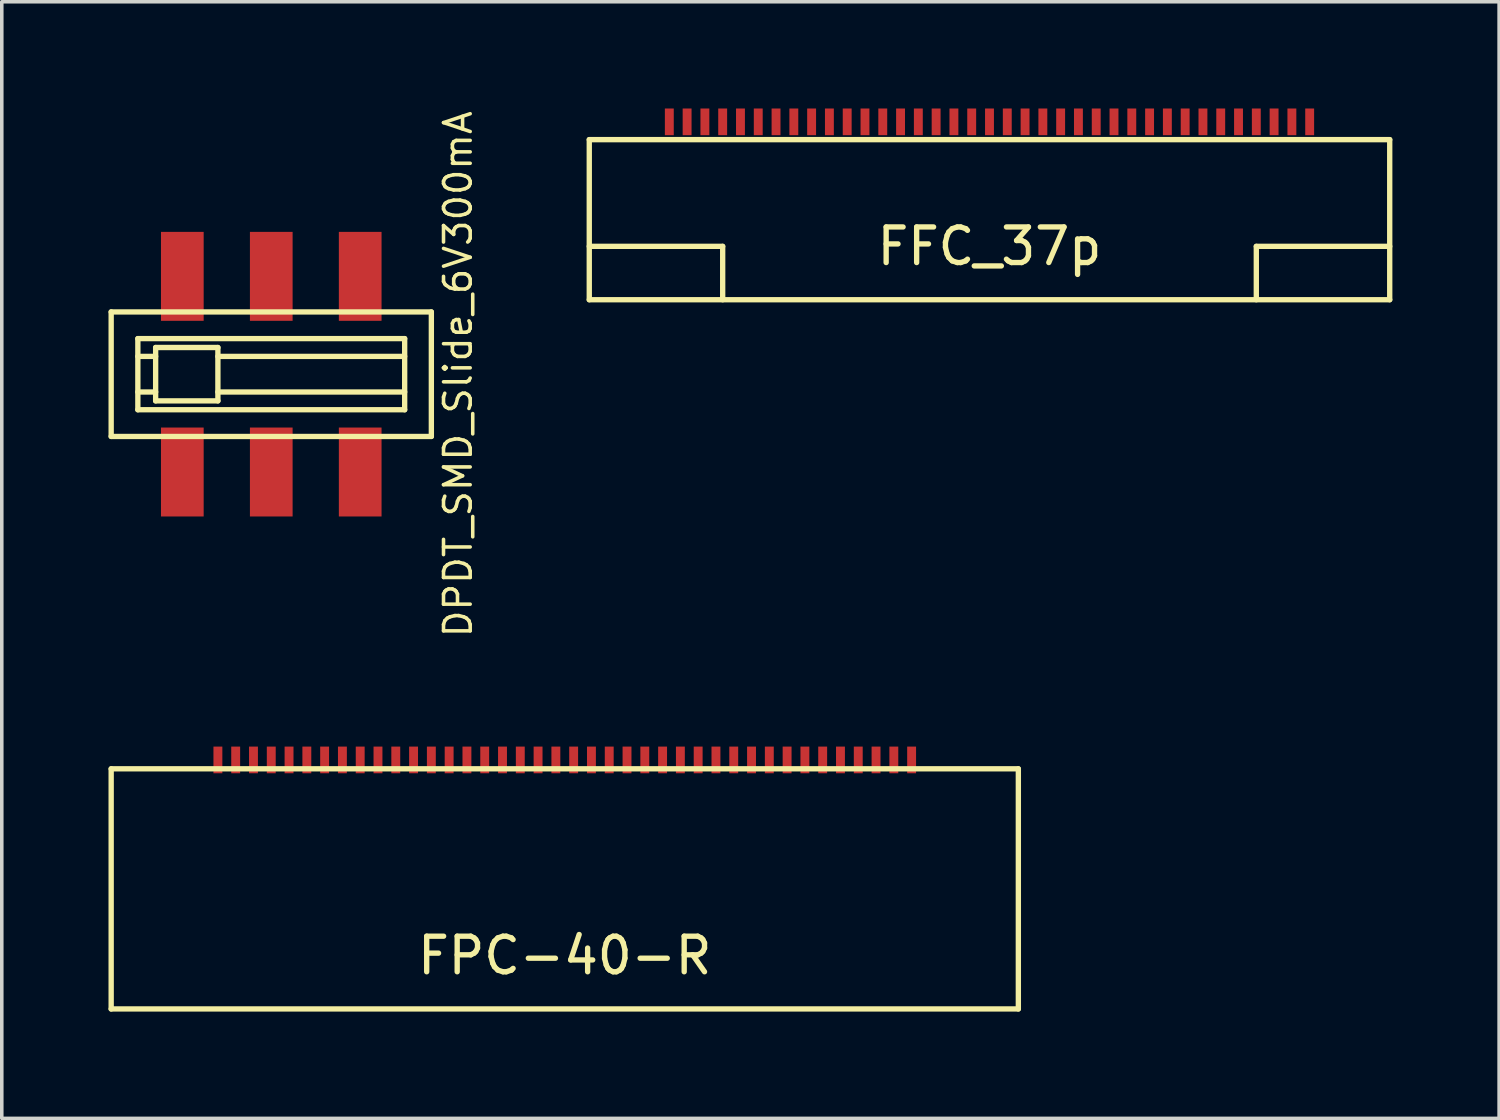
<source format=kicad_pcb>
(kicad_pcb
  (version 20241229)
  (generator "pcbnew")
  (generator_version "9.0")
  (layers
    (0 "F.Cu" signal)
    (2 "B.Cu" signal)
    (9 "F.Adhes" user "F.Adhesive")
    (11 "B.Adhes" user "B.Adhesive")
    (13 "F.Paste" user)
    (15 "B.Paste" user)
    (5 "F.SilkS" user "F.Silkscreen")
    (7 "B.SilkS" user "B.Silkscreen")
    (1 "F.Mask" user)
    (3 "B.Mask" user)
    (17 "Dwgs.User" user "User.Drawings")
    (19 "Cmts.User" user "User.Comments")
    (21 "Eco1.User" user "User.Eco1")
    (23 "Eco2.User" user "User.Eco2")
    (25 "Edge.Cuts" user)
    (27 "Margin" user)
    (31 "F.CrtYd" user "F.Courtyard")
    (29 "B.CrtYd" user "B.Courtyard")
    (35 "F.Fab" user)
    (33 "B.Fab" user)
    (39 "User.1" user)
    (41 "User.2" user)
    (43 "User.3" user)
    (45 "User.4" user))
  (footprint "DPDT_SMD_Slide_6V300mA"
    (layer "F.Cu")
    (at 4.575 7.468)
    (property "Reference" "DPDT_SMD_Slide_6V300mA" (at 5.25 0 90) (layer "F.SilkS") (effects (font (size 0.75 0.75) (thickness 0.1))))
    (attr through_hole)
    (fp_line (start -4.5 -1.75) (end 4.5 -1.75) (stroke (width 0.15) (type solid)) (layer "F.SilkS"))
    (fp_line (start -4.5 1.75) (end -4.5 -1.75) (stroke (width 0.15) (type solid)) (layer "F.SilkS"))
    (fp_line (start -3.75 -1) (end -3.75 1) (stroke (width 0.15) (type solid)) (layer "F.SilkS"))
    (fp_line (start -3.75 1) (end 3.75 1) (stroke (width 0.15) (type solid)) (layer "F.SilkS"))
    (fp_line (start -3.25 -0.75) (end -3.25 0.75) (stroke (width 0.15) (type solid)) (layer "F.SilkS"))
    (fp_line (start -3.25 -0.5) (end -3.75 -0.5) (stroke (width 0.15) (type solid)) (layer "F.SilkS"))
    (fp_line (start -3.25 0.5) (end -3.75 0.5) (stroke (width 0.15) (type solid)) (layer "F.SilkS"))
    (fp_line (start -3.25 0.75) (end -1.5 0.75) (stroke (width 0.15) (type solid)) (layer "F.SilkS"))
    (fp_line (start -1.5 -0.75) (end -3.25 -0.75) (stroke (width 0.15) (type solid)) (layer "F.SilkS"))
    (fp_line (start -1.5 -0.5) (end 3.75 -0.5) (stroke (width 0.15) (type solid)) (layer "F.SilkS"))
    (fp_line (start -1.5 0.5) (end 3.75 0.5) (stroke (width 0.15) (type solid)) (layer "F.SilkS"))
    (fp_line (start -1.5 0.75) (end -1.5 -0.75) (stroke (width 0.15) (type solid)) (layer "F.SilkS"))
    (fp_line (start 3.75 -1) (end -3.75 -1) (stroke (width 0.15) (type solid)) (layer "F.SilkS"))
    (fp_line (start 3.75 1) (end 3.75 -1) (stroke (width 0.15) (type solid)) (layer "F.SilkS"))
    (fp_line (start 4.5 -1.75) (end 4.5 1.75) (stroke (width 0.15) (type solid)) (layer "F.SilkS"))
    (fp_line (start 4.5 1.75) (end -4.5 1.75) (stroke (width 0.15) (type solid)) (layer "F.SilkS"))
    (pad "1" smd rect (at -2.5 -2.75) (size 1.2 2.5) (layers "F.Cu" "F.Mask" "F.Paste"))
    (pad "2" smd rect (at 0 -2.75) (size 1.2 2.5) (layers "F.Cu" "F.Mask" "F.Paste"))
    (pad "3" smd rect (at 2.5 -2.75) (size 1.2 2.5) (layers "F.Cu" "F.Mask" "F.Paste"))
    (pad "4" smd rect (at 2.5 2.75) (size 1.2 2.5) (layers "F.Cu" "F.Mask" "F.Paste"))
    (pad "5" smd rect (at 0 2.75) (size 1.2 2.5) (layers "F.Cu" "F.Mask" "F.Paste"))
    (pad "6" smd rect (at -2.5 2.75) (size 1.2 2.5) (layers "F.Cu" "F.Mask" "F.Paste")))
  (footprint "FFC_37p"
    (layer "F.Cu")
    (at 24.764 0.875)
    (property "Reference" "FFC_37p" (at 0 3 0) (layer "F.SilkS") (effects (font (size 1 1) (thickness 0.15))))
    (attr through_hole)
    (fp_line (start -11.25 0) (end 11.25 0) (stroke (width 0.15) (type solid)) (layer "F.SilkS"))
    (fp_line (start -11.25 4.5) (end -11.25 0) (stroke (width 0.15) (type solid)) (layer "F.SilkS"))
    (fp_line (start -7.5 3) (end -11.25 3) (stroke (width 0.15) (type solid)) (layer "F.SilkS"))
    (fp_line (start -7.5 3) (end -7.5 4.5) (stroke (width 0.15) (type solid)) (layer "F.SilkS"))
    (fp_line (start 7.5 3) (end 7.5 4.5) (stroke (width 0.15) (type solid)) (layer "F.SilkS"))
    (fp_line (start 11.25 0) (end 11.25 4.5) (stroke (width 0.15) (type solid)) (layer "F.SilkS"))
    (fp_line (start 11.25 3) (end 7.5 3) (stroke (width 0.15) (type solid)) (layer "F.SilkS"))
    (fp_line (start 11.25 4.5) (end -11.25 4.5) (stroke (width 0.15) (type solid)) (layer "F.SilkS"))
    (pad "1" smd rect (at 9 -0.5) (size 0.25 0.75) (layers "F.Cu" "F.Mask" "F.Paste"))
    (pad "2" smd rect (at 8.5 -0.5) (size 0.25 0.75) (layers "F.Cu" "F.Mask" "F.Paste"))
    (pad "3" smd rect (at 8 -0.5) (size 0.25 0.75) (layers "F.Cu" "F.Mask" "F.Paste"))
    (pad "4" smd rect (at 7.5 -0.5) (size 0.25 0.75) (layers "F.Cu" "F.Mask" "F.Paste"))
    (pad "5" smd rect (at 7 -0.5) (size 0.25 0.75) (layers "F.Cu" "F.Mask" "F.Paste"))
    (pad "6" smd rect (at 6.5 -0.5) (size 0.25 0.75) (layers "F.Cu" "F.Mask" "F.Paste"))
    (pad "7" smd rect (at 6 -0.5) (size 0.25 0.75) (layers "F.Cu" "F.Mask" "F.Paste"))
    (pad "8" smd rect (at 5.5 -0.5) (size 0.25 0.75) (layers "F.Cu" "F.Mask" "F.Paste"))
    (pad "9" smd rect (at 5 -0.5) (size 0.25 0.75) (layers "F.Cu" "F.Mask" "F.Paste"))
    (pad "10" smd rect (at 4.5 -0.5) (size 0.25 0.75) (layers "F.Cu" "F.Mask" "F.Paste"))
    (pad "11" smd rect (at 4 -0.5) (size 0.25 0.75) (layers "F.Cu" "F.Mask" "F.Paste"))
    (pad "12" smd rect (at 3.5 -0.5) (size 0.25 0.75) (layers "F.Cu" "F.Mask" "F.Paste"))
    (pad "13" smd rect (at 3 -0.5) (size 0.25 0.75) (layers "F.Cu" "F.Mask" "F.Paste"))
    (pad "14" smd rect (at 2.5 -0.5) (size 0.25 0.75) (layers "F.Cu" "F.Mask" "F.Paste"))
    (pad "15" smd rect (at 2 -0.5) (size 0.25 0.75) (layers "F.Cu" "F.Mask" "F.Paste"))
    (pad "16" smd rect (at 1.5 -0.5) (size 0.25 0.75) (layers "F.Cu" "F.Mask" "F.Paste"))
    (pad "17" smd rect (at 1 -0.5) (size 0.25 0.75) (layers "F.Cu" "F.Mask" "F.Paste"))
    (pad "18" smd rect (at 0.5 -0.5) (size 0.25 0.75) (layers "F.Cu" "F.Mask" "F.Paste"))
    (pad "19" smd rect (at 0 -0.5) (size 0.25 0.75) (layers "F.Cu" "F.Mask" "F.Paste"))
    (pad "20" smd rect (at -0.5 -0.5) (size 0.25 0.75) (layers "F.Cu" "F.Mask" "F.Paste"))
    (pad "21" smd rect (at -1 -0.5) (size 0.25 0.75) (layers "F.Cu" "F.Mask" "F.Paste"))
    (pad "22" smd rect (at -1.5 -0.5) (size 0.25 0.75) (layers "F.Cu" "F.Mask" "F.Paste"))
    (pad "23" smd rect (at -2 -0.5) (size 0.25 0.75) (layers "F.Cu" "F.Mask" "F.Paste"))
    (pad "24" smd rect (at -2.5 -0.5) (size 0.25 0.75) (layers "F.Cu" "F.Mask" "F.Paste"))
    (pad "25" smd rect (at -3 -0.5) (size 0.25 0.75) (layers "F.Cu" "F.Mask" "F.Paste"))
    (pad "26" smd rect (at -3.5 -0.5) (size 0.25 0.75) (layers "F.Cu" "F.Mask" "F.Paste"))
    (pad "27" smd rect (at -4 -0.5) (size 0.25 0.75) (layers "F.Cu" "F.Mask" "F.Paste"))
    (pad "28" smd rect (at -4.5 -0.5) (size 0.25 0.75) (layers "F.Cu" "F.Mask" "F.Paste"))
    (pad "29" smd rect (at -5 -0.5) (size 0.25 0.75) (layers "F.Cu" "F.Mask" "F.Paste"))
    (pad "30" smd rect (at -5.5 -0.5) (size 0.25 0.75) (layers "F.Cu" "F.Mask" "F.Paste"))
    (pad "31" smd rect (at -6 -0.5) (size 0.25 0.75) (layers "F.Cu" "F.Mask" "F.Paste"))
    (pad "32" smd rect (at -6.5 -0.5) (size 0.25 0.75) (layers "F.Cu" "F.Mask" "F.Paste"))
    (pad "33" smd rect (at -7 -0.5) (size 0.25 0.75) (layers "F.Cu" "F.Mask" "F.Paste"))
    (pad "34" smd rect (at -7.5 -0.5) (size 0.25 0.75) (layers "F.Cu" "F.Mask" "F.Paste"))
    (pad "35" smd rect (at -8 -0.5) (size 0.25 0.75) (layers "F.Cu" "F.Mask" "F.Paste"))
    (pad "36" smd rect (at -8.5 -0.5) (size 0.25 0.75) (layers "F.Cu" "F.Mask" "F.Paste"))
    (pad "37" smd rect (at -9 -0.5) (size 0.25 0.75) (layers "F.Cu" "F.Mask" "F.Paste")))
  (footprint "FPC-40-R"
    (layer "F.Cu")
    (at 12.825 21.811)
    (property "Reference" "FPC-40-R" (at 0 2 0) (layer "F.SilkS") (effects (font (size 1 1) (thickness 0.15))))
    (attr through_hole)
    (fp_line (start -12.75 -3.25) (end -12.75 3.5) (stroke (width 0.15) (type solid)) (layer "F.SilkS"))
    (fp_line (start -12.75 3.5) (end 12.75 3.5) (stroke (width 0.15) (type solid)) (layer "F.SilkS"))
    (fp_line (start 12.75 -3.25) (end -12.75 -3.25) (stroke (width 0.15) (type solid)) (layer "F.SilkS"))
    (fp_line (start 12.75 3.5) (end 12.75 -3.25) (stroke (width 0.15) (type solid)) (layer "F.SilkS"))
    (pad "1" smd rect (at 9.75 -3.5) (size 0.25 0.75) (layers "F.Cu" "F.Mask" "F.Paste"))
    (pad "2" smd rect (at 9.25 -3.5) (size 0.25 0.75) (layers "F.Cu" "F.Mask" "F.Paste"))
    (pad "3" smd rect (at 8.75 -3.5) (size 0.25 0.75) (layers "F.Cu" "F.Mask" "F.Paste"))
    (pad "4" smd rect (at 8.25 -3.5) (size 0.25 0.75) (layers "F.Cu" "F.Mask" "F.Paste"))
    (pad "5" smd rect (at 7.75 -3.5) (size 0.25 0.75) (layers "F.Cu" "F.Mask" "F.Paste"))
    (pad "6" smd rect (at 7.25 -3.5) (size 0.25 0.75) (layers "F.Cu" "F.Mask" "F.Paste"))
    (pad "7" smd rect (at 6.75 -3.5) (size 0.25 0.75) (layers "F.Cu" "F.Mask" "F.Paste"))
    (pad "8" smd rect (at 6.25 -3.5) (size 0.25 0.75) (layers "F.Cu" "F.Mask" "F.Paste"))
    (pad "9" smd rect (at 5.75 -3.5) (size 0.25 0.75) (layers "F.Cu" "F.Mask" "F.Paste"))
    (pad "10" smd rect (at 5.25 -3.5) (size 0.25 0.75) (layers "F.Cu" "F.Mask" "F.Paste"))
    (pad "11" smd rect (at 4.75 -3.5) (size 0.25 0.75) (layers "F.Cu" "F.Mask" "F.Paste"))
    (pad "12" smd rect (at 4.25 -3.5) (size 0.25 0.75) (layers "F.Cu" "F.Mask" "F.Paste"))
    (pad "13" smd rect (at 3.75 -3.5) (size 0.25 0.75) (layers "F.Cu" "F.Mask" "F.Paste"))
    (pad "14" smd rect (at 3.25 -3.5) (size 0.25 0.75) (layers "F.Cu" "F.Mask" "F.Paste"))
    (pad "15" smd rect (at 2.75 -3.5) (size 0.25 0.75) (layers "F.Cu" "F.Mask" "F.Paste"))
    (pad "16" smd rect (at 2.25 -3.5) (size 0.25 0.75) (layers "F.Cu" "F.Mask" "F.Paste"))
    (pad "17" smd rect (at 1.75 -3.5) (size 0.25 0.75) (layers "F.Cu" "F.Mask" "F.Paste"))
    (pad "18" smd rect (at 1.25 -3.5) (size 0.25 0.75) (layers "F.Cu" "F.Mask" "F.Paste"))
    (pad "19" smd rect (at 0.75 -3.5) (size 0.25 0.75) (layers "F.Cu" "F.Mask" "F.Paste"))
    (pad "20" smd rect (at 0.25 -3.5) (size 0.25 0.75) (layers "F.Cu" "F.Mask" "F.Paste"))
    (pad "21" smd rect (at -0.25 -3.5) (size 0.25 0.75) (layers "F.Cu" "F.Mask" "F.Paste"))
    (pad "22" smd rect (at -0.75 -3.5) (size 0.25 0.75) (layers "F.Cu" "F.Mask" "F.Paste"))
    (pad "23" smd rect (at -1.25 -3.5) (size 0.25 0.75) (layers "F.Cu" "F.Mask" "F.Paste"))
    (pad "24" smd rect (at -1.75 -3.5) (size 0.25 0.75) (layers "F.Cu" "F.Mask" "F.Paste"))
    (pad "25" smd rect (at -2.25 -3.5) (size 0.25 0.75) (layers "F.Cu" "F.Mask" "F.Paste"))
    (pad "26" smd rect (at -2.75 -3.5) (size 0.25 0.75) (layers "F.Cu" "F.Mask" "F.Paste"))
    (pad "27" smd rect (at -3.25 -3.5) (size 0.25 0.75) (layers "F.Cu" "F.Mask" "F.Paste"))
    (pad "28" smd rect (at -3.75 -3.5) (size 0.25 0.75) (layers "F.Cu" "F.Mask" "F.Paste"))
    (pad "29" smd rect (at -4.25 -3.5) (size 0.25 0.75) (layers "F.Cu" "F.Mask" "F.Paste"))
    (pad "30" smd rect (at -4.75 -3.5) (size 0.25 0.75) (layers "F.Cu" "F.Mask" "F.Paste"))
    (pad "31" smd rect (at -5.25 -3.5) (size 0.25 0.75) (layers "F.Cu" "F.Mask" "F.Paste"))
    (pad "32" smd rect (at -5.75 -3.5) (size 0.25 0.75) (layers "F.Cu" "F.Mask" "F.Paste"))
    (pad "33" smd rect (at -6.25 -3.5) (size 0.25 0.75) (layers "F.Cu" "F.Mask" "F.Paste"))
    (pad "34" smd rect (at -6.75 -3.5) (size 0.25 0.75) (layers "F.Cu" "F.Mask" "F.Paste"))
    (pad "35" smd rect (at -7.25 -3.5) (size 0.25 0.75) (layers "F.Cu" "F.Mask" "F.Paste"))
    (pad "36" smd rect (at -7.75 -3.5) (size 0.25 0.75) (layers "F.Cu" "F.Mask" "F.Paste"))
    (pad "37" smd rect (at -8.25 -3.5) (size 0.25 0.75) (layers "F.Cu" "F.Mask" "F.Paste"))
    (pad "38" smd rect (at -8.75 -3.5) (size 0.25 0.75) (layers "F.Cu" "F.Mask" "F.Paste"))
    (pad "39" smd rect (at -9.25 -3.5) (size 0.25 0.75) (layers "F.Cu" "F.Mask" "F.Paste"))
    (pad "40" smd rect (at -9.75 -3.5) (size 0.25 0.75) (layers "F.Cu" "F.Mask" "F.Paste")))
  (gr_rect
    (start -3 -3)
    (end 39.089 28.386)
    (stroke (width 0.1) (type default))
    (fill no)
    (layer "Edge.Cuts")))
</source>
